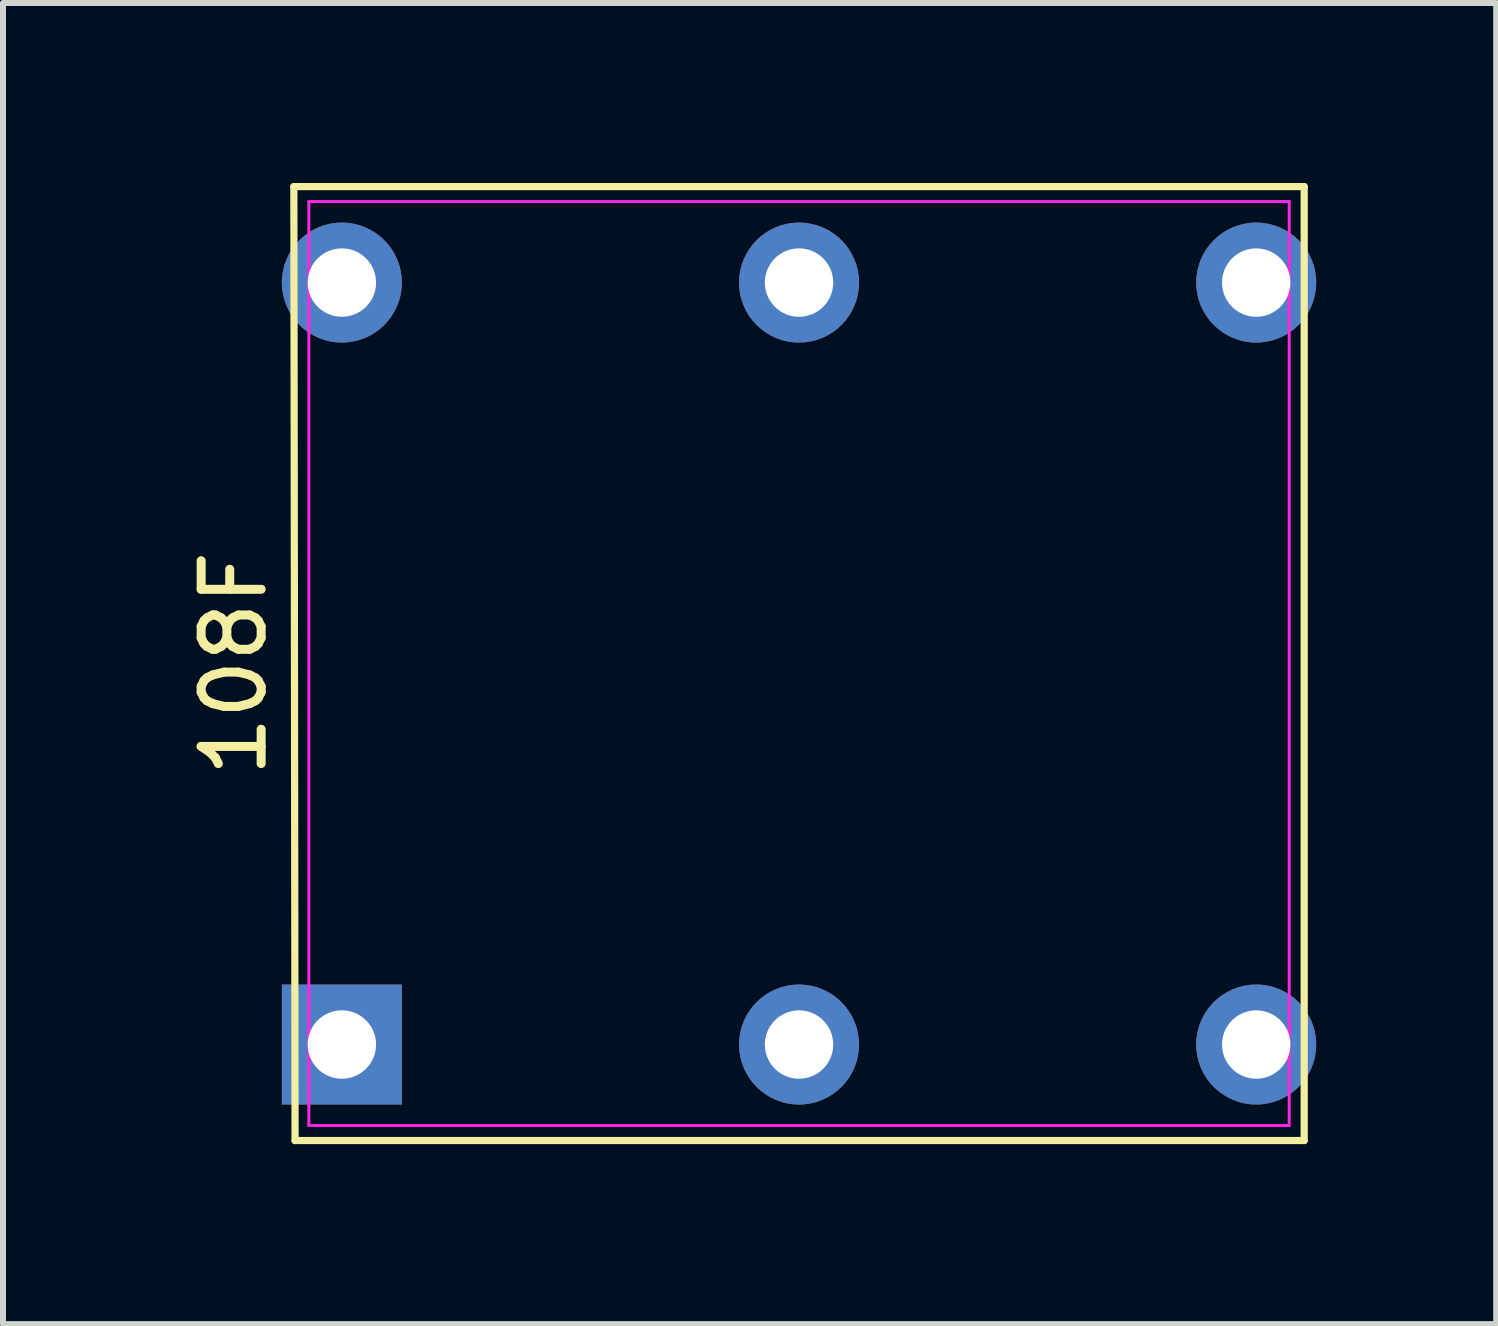
<source format=kicad_pcb>
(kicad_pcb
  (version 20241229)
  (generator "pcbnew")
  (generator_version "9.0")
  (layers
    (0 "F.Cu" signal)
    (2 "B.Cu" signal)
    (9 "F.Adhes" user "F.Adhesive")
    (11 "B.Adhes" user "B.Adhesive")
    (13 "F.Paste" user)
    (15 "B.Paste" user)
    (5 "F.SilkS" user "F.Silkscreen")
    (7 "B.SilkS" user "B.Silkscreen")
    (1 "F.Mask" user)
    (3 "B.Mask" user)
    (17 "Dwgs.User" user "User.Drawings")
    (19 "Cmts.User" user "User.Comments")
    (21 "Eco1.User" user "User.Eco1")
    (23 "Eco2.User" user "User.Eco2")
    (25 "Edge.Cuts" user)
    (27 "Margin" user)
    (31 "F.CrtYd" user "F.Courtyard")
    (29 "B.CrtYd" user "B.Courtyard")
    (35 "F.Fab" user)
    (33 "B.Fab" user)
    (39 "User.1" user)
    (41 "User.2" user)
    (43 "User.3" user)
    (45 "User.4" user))
  (footprint "108F"
    (layer "F.Cu")
    (at 10.268 8.01)
    (property "Reference" "108F" (at -9.42 0 90) (layer "F.SilkS") (effects (font (size 1 1) (thickness 0.15))))
    (attr smd)
    (fp_line (start -8.42 -7.95) (end 8.42 -7.95) (stroke (width 0.12) (type solid)) (layer "F.SilkS"))
    (fp_line (start -8.4 7.95) (end -8.42 -7.95) (stroke (width 0.12) (type solid)) (layer "F.SilkS"))
    (fp_line (start 8.42 -7.95) (end 8.42 7.95) (stroke (width 0.12) (type solid)) (layer "F.SilkS"))
    (fp_line (start 8.42 7.95) (end -8.4 7.95) (stroke (width 0.12) (type solid)) (layer "F.SilkS"))
    (fp_line (start -8.17 -7.7) (end 8.17 -7.7) (stroke (width 0.05) (type solid)) (layer "F.CrtYd"))
    (fp_line (start -8.17 7.7) (end -8.17 -7.7) (stroke (width 0.05) (type solid)) (layer "F.CrtYd"))
    (fp_line (start 8.17 -7.7) (end 8.17 7.7) (stroke (width 0.05) (type solid)) (layer "F.CrtYd"))
    (fp_line (start 8.17 7.7) (end -8.17 7.7) (stroke (width 0.05) (type solid)) (layer "F.CrtYd"))
    (pad "1" thru_hole rect (at -7.62 6.35) (size 2 2) (drill 1.14) (layers "*.Cu" "*.Mask"))
    (pad "2" thru_hole circle (at 0 6.35) (size 2 2) (drill 1.14) (layers "*.Cu" "*.Mask"))
    (pad "3" thru_hole circle (at 7.62 6.35) (size 2 2) (drill 1.14) (layers "*.Cu" "*.Mask"))
    (pad "4" thru_hole circle (at 7.62 -6.35) (size 2 2) (drill 1.14) (layers "*.Cu" "*.Mask"))
    (pad "5" thru_hole circle (at 0 -6.35) (size 2 2) (drill 1.14) (layers "*.Cu" "*.Mask"))
    (pad "6" thru_hole circle (at -7.62 -6.35) (size 2 2) (drill 1.14) (layers "*.Cu" "*.Mask")))
  (gr_rect
    (start -3 -3)
    (end 21.888 19.02)
    (stroke (width 0.1) (type default))
    (fill no)
    (layer "Edge.Cuts")))
</source>
